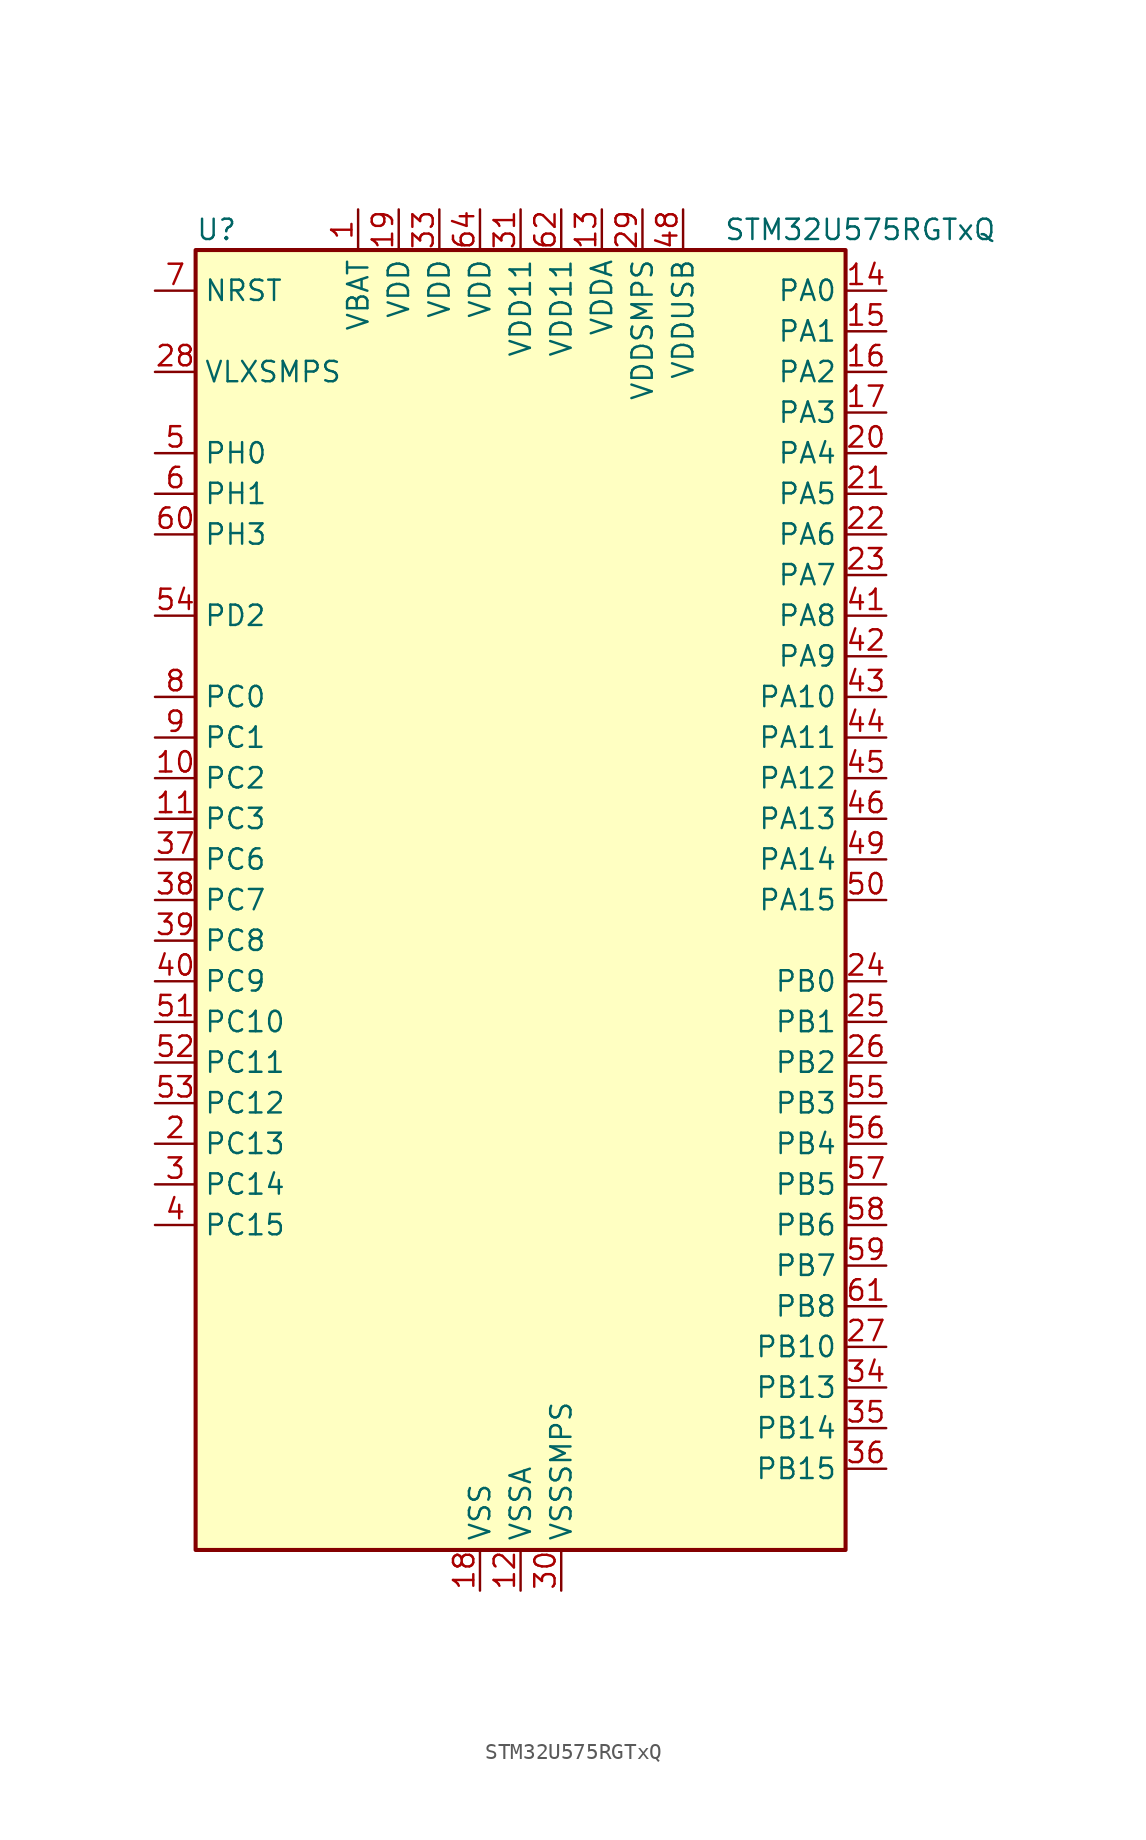
<source format=kicad_sym>
(kicad_symbol_lib
  (version 20220914)
  (generator kicad_symbol_editor)
  (symbol "STM32U575RGTxQ"
    (property "Reference" "U"
      (at -20.32 41.91 0)
      (effects (font (size 1.27 1.27)) (justify left)))
    (property "Value" "STM32U575RGTxQ"
      (at 12.7 41.91 0)
      (effects (font (size 1.27 1.27)) (justify left)))
    (property "ki_locked" ""
      (at 0 0 0)
      (effects (font (size 1.27 1.27))))
    (symbol "STM32U575RGTxQ_0_1"
      (rectangle (start -20.32 -40.64) (end 20.32 40.64) (stroke (width 0.254) (type default)) (fill (type background))))
    (symbol "STM32U575RGTxQ_1_1"
      (pin power_in line (at -10.16 43.18 270) (length 2.54) (name "VBAT" (effects (font (size 1.27 1.27)))) (number "1" (effects (font (size 1.27 1.27)))))
      (pin bidirectional line (at -22.86 7.62 0) (length 2.54) (name "PC2" (effects (font (size 1.27 1.27)))) (number "10" (effects (font (size 1.27 1.27)))) (alternate "ADC1_IN3" bidirectional line) (alternate "ADC4_IN3" bidirectional line) (alternate "LPTIM1_IN2" bidirectional line) (alternate "MDF1_CCK1" bidirectional line) (alternate "OCTOSPIM_P1_IO5" bidirectional line) (alternate "SPI2_MISO" bidirectional line))
      (pin bidirectional line (at -22.86 5.08 0) (length 2.54) (name "PC3" (effects (font (size 1.27 1.27)))) (number "11" (effects (font (size 1.27 1.27)))) (alternate "ADC1_IN4" bidirectional line) (alternate "ADC4_IN4" bidirectional line) (alternate "LPTIM1_ETR" bidirectional line) (alternate "LPTIM2_ETR" bidirectional line) (alternate "LPTIM3_CH1" bidirectional line) (alternate "OCTOSPIM_P1_IO6" bidirectional line) (alternate "SAI1_D1" bidirectional line) (alternate "SAI1_SD_A" bidirectional line) (alternate "SPI2_MOSI" bidirectional line))
      (pin power_in line (at 0 -43.18 90) (length 2.54) (name "VSSA" (effects (font (size 1.27 1.27)))) (number "12" (effects (font (size 1.27 1.27)))))
      (pin power_in line (at 5.08 43.18 270) (length 2.54) (name "VDDA" (effects (font (size 1.27 1.27)))) (number "13" (effects (font (size 1.27 1.27)))))
      (pin bidirectional line (at 22.86 38.1 180) (length 2.54) (name "PA0" (effects (font (size 1.27 1.27)))) (number "14" (effects (font (size 1.27 1.27)))) (alternate "ADC1_IN5" bidirectional line) (alternate "AUDIOCLK" bidirectional line) (alternate "OCTOSPIM_P2_NCS" bidirectional line) (alternate "OPAMP1_VINP" bidirectional line) (alternate "PWR_WKUP1" bidirectional line) (alternate "SDMMC2_CMD" bidirectional line) (alternate "SPI3_RDY" bidirectional line) (alternate "TAMP_IN2" bidirectional line) (alternate "TAMP_OUT1" bidirectional line) (alternate "TIM2_CH1" bidirectional line) (alternate "TIM2_ETR" bidirectional line) (alternate "TIM5_CH1" bidirectional line) (alternate "TIM8_ETR" bidirectional line) (alternate "UART4_TX" bidirectional line) (alternate "USART2_CTS" bidirectional line))
      (pin bidirectional line (at 22.86 35.56 180) (length 2.54) (name "PA1" (effects (font (size 1.27 1.27)))) (number "15" (effects (font (size 1.27 1.27)))) (alternate "ADC1_IN6" bidirectional line) (alternate "I2C1_SMBA" bidirectional line) (alternate "LPTIM1_CH2" bidirectional line) (alternate "OCTOSPIM_P1_DQS" bidirectional line) (alternate "OPAMP1_VINM" bidirectional line) (alternate "PWR_WKUP3" bidirectional line) (alternate "SPI1_SCK" bidirectional line) (alternate "TAMP_IN5" bidirectional line) (alternate "TAMP_OUT4" bidirectional line) (alternate "TIM15_CH1N" bidirectional line) (alternate "TIM2_CH2" bidirectional line) (alternate "TIM5_CH2" bidirectional line) (alternate "UART4_RX" bidirectional line) (alternate "USART2_DE" bidirectional line) (alternate "USART2_RTS" bidirectional line))
      (pin bidirectional line (at 22.86 33.02 180) (length 2.54) (name "PA2" (effects (font (size 1.27 1.27)))) (number "16" (effects (font (size 1.27 1.27)))) (alternate "ADC1_IN7" bidirectional line) (alternate "COMP1_INP" bidirectional line) (alternate "LPUART1_TX" bidirectional line) (alternate "OCTOSPIM_P1_NCS" bidirectional line) (alternate "PWR_WKUP4" bidirectional line) (alternate "RCC_LSCO" bidirectional line) (alternate "SPI1_RDY" bidirectional line) (alternate "TIM15_CH1" bidirectional line) (alternate "TIM2_CH3" bidirectional line) (alternate "TIM5_CH3" bidirectional line) (alternate "UCPD1_FRSTX1" bidirectional line) (alternate "USART2_TX" bidirectional line))
      (pin bidirectional line (at 22.86 30.48 180) (length 2.54) (name "PA3" (effects (font (size 1.27 1.27)))) (number "17" (effects (font (size 1.27 1.27)))) (alternate "ADC1_IN8" bidirectional line) (alternate "LPUART1_RX" bidirectional line) (alternate "OCTOSPIM_P1_CLK" bidirectional line) (alternate "OPAMP1_VOUT" bidirectional line) (alternate "PWR_WKUP5" bidirectional line) (alternate "SAI1_CK1" bidirectional line) (alternate "SAI1_MCLK_A" bidirectional line) (alternate "TIM15_CH2" bidirectional line) (alternate "TIM2_CH4" bidirectional line) (alternate "TIM5_CH4" bidirectional line) (alternate "USART2_RX" bidirectional line))
      (pin power_in line (at -2.54 -43.18 90) (length 2.54) (name "VSS" (effects (font (size 1.27 1.27)))) (number "18" (effects (font (size 1.27 1.27)))))
      (pin power_in line (at -7.62 43.18 270) (length 2.54) (name "VDD" (effects (font (size 1.27 1.27)))) (number "19" (effects (font (size 1.27 1.27)))))
      (pin bidirectional line (at -22.86 -15.24 0) (length 2.54) (name "PC13" (effects (font (size 1.27 1.27)))) (number "2" (effects (font (size 1.27 1.27)))) (alternate "PWR_WKUP2" bidirectional line) (alternate "RTC_OUT1" bidirectional line) (alternate "RTC_TS" bidirectional line) (alternate "TAMP_IN1" bidirectional line) (alternate "TAMP_OUT2" bidirectional line))
      (pin bidirectional line (at 22.86 27.94 180) (length 2.54) (name "PA4" (effects (font (size 1.27 1.27)))) (number "20" (effects (font (size 1.27 1.27)))) (alternate "ADC1_IN9" bidirectional line) (alternate "ADC4_IN9" bidirectional line) (alternate "DAC1_OUT1" bidirectional line) (alternate "LPTIM2_CH1" bidirectional line) (alternate "OCTOSPIM_P1_NCS" bidirectional line) (alternate "PWR_WKUP2" bidirectional line) (alternate "SAI1_FS_B" bidirectional line) (alternate "SPI1_NSS" bidirectional line) (alternate "SPI3_NSS" bidirectional line) (alternate "USART2_CK" bidirectional line))
      (pin bidirectional line (at 22.86 25.4 180) (length 2.54) (name "PA5" (effects (font (size 1.27 1.27)))) (number "21" (effects (font (size 1.27 1.27)))) (alternate "ADC1_IN10" bidirectional line) (alternate "ADC4_IN10" bidirectional line) (alternate "DAC1_OUT2" bidirectional line) (alternate "LPTIM2_ETR" bidirectional line) (alternate "PWR_CSLEEP" bidirectional line) (alternate "PWR_WKUP6" bidirectional line) (alternate "SPI1_SCK" bidirectional line) (alternate "TIM2_CH1" bidirectional line) (alternate "TIM2_ETR" bidirectional line) (alternate "TIM8_CH1N" bidirectional line) (alternate "USART3_RX" bidirectional line))
      (pin bidirectional line (at 22.86 22.86 180) (length 2.54) (name "PA6" (effects (font (size 1.27 1.27)))) (number "22" (effects (font (size 1.27 1.27)))) (alternate "ADC1_IN11" bidirectional line) (alternate "ADC4_IN11" bidirectional line) (alternate "LPUART1_CTS" bidirectional line) (alternate "OCTOSPIM_P1_IO3" bidirectional line) (alternate "OPAMP2_VINP" bidirectional line) (alternate "PWR_CDSTOP" bidirectional line) (alternate "PWR_WKUP7" bidirectional line) (alternate "SPI1_MISO" bidirectional line) (alternate "TIM16_CH1" bidirectional line) (alternate "TIM1_BKIN" bidirectional line) (alternate "TIM3_CH1" bidirectional line) (alternate "TIM8_BKIN" bidirectional line) (alternate "USART3_CTS" bidirectional line))
      (pin bidirectional line (at 22.86 20.32 180) (length 2.54) (name "PA7" (effects (font (size 1.27 1.27)))) (number "23" (effects (font (size 1.27 1.27)))) (alternate "ADC1_IN12" bidirectional line) (alternate "ADC4_IN20" bidirectional line) (alternate "I2C3_SCL" bidirectional line) (alternate "LPTIM2_CH2" bidirectional line) (alternate "OCTOSPIM_P1_IO2" bidirectional line) (alternate "OPAMP2_VINM" bidirectional line) (alternate "PWR_SRDSTOP" bidirectional line) (alternate "PWR_WKUP8" bidirectional line) (alternate "SPI1_MOSI" bidirectional line) (alternate "TIM17_CH1" bidirectional line) (alternate "TIM1_CH1N" bidirectional line) (alternate "TIM3_CH2" bidirectional line) (alternate "TIM8_CH1N" bidirectional line) (alternate "USART3_TX" bidirectional line))
      (pin bidirectional line (at 22.86 -5.08 180) (length 2.54) (name "PB0" (effects (font (size 1.27 1.27)))) (number "24" (effects (font (size 1.27 1.27)))) (alternate "ADC1_IN15" bidirectional line) (alternate "ADC4_IN18" bidirectional line) (alternate "AUDIOCLK" bidirectional line) (alternate "COMP1_OUT" bidirectional line) (alternate "LPTIM3_CH1" bidirectional line) (alternate "OCTOSPIM_P1_IO1" bidirectional line) (alternate "OPAMP2_VOUT" bidirectional line) (alternate "SPI1_NSS" bidirectional line) (alternate "TIM1_CH2N" bidirectional line) (alternate "TIM3_CH3" bidirectional line) (alternate "TIM8_CH2N" bidirectional line) (alternate "USART3_CK" bidirectional line))
      (pin bidirectional line (at 22.86 -7.62 180) (length 2.54) (name "PB1" (effects (font (size 1.27 1.27)))) (number "25" (effects (font (size 1.27 1.27)))) (alternate "ADC1_IN16" bidirectional line) (alternate "ADC4_IN19" bidirectional line) (alternate "COMP1_INM" bidirectional line) (alternate "LPTIM2_IN1" bidirectional line) (alternate "LPTIM3_CH2" bidirectional line) (alternate "LPUART1_DE" bidirectional line) (alternate "LPUART1_RTS" bidirectional line) (alternate "MDF1_SDI0" bidirectional line) (alternate "OCTOSPIM_P1_IO0" bidirectional line) (alternate "PWR_WKUP4" bidirectional line) (alternate "TIM1_CH3N" bidirectional line) (alternate "TIM3_CH4" bidirectional line) (alternate "TIM8_CH3N" bidirectional line) (alternate "USART3_DE" bidirectional line) (alternate "USART3_RTS" bidirectional line))
      (pin bidirectional line (at 22.86 -10.16 180) (length 2.54) (name "PB2" (effects (font (size 1.27 1.27)))) (number "26" (effects (font (size 1.27 1.27)))) (alternate "ADC1_IN17" bidirectional line) (alternate "COMP1_INP" bidirectional line) (alternate "I2C3_SMBA" bidirectional line) (alternate "LPTIM1_CH1" bidirectional line) (alternate "MDF1_CKI0" bidirectional line) (alternate "OCTOSPIM_P1_DQS" bidirectional line) (alternate "PWR_WKUP1" bidirectional line) (alternate "RTC_OUT2" bidirectional line) (alternate "SPI1_RDY" bidirectional line) (alternate "TIM8_CH4N" bidirectional line) (alternate "UCPD1_FRSTX1" bidirectional line))
      (pin bidirectional line (at 22.86 -27.94 180) (length 2.54) (name "PB10" (effects (font (size 1.27 1.27)))) (number "27" (effects (font (size 1.27 1.27)))) (alternate "COMP1_OUT" bidirectional line) (alternate "I2C2_SCL" bidirectional line) (alternate "I2C4_SCL" bidirectional line) (alternate "LPTIM3_CH1" bidirectional line) (alternate "LPUART1_RX" bidirectional line) (alternate "OCTOSPIM_P1_CLK" bidirectional line) (alternate "PWR_WKUP8" bidirectional line) (alternate "SAI1_SCK_A" bidirectional line) (alternate "SPI2_SCK" bidirectional line) (alternate "TIM2_CH3" bidirectional line) (alternate "TSC_SYNC" bidirectional line) (alternate "USART3_TX" bidirectional line))
      (pin power_in line (at -22.86 33.02 0) (length 2.54) (name "VLXSMPS" (effects (font (size 1.27 1.27)))) (number "28" (effects (font (size 1.27 1.27)))))
      (pin power_in line (at 7.62 43.18 270) (length 2.54) (name "VDDSMPS" (effects (font (size 1.27 1.27)))) (number "29" (effects (font (size 1.27 1.27)))))
      (pin bidirectional line (at -22.86 -17.78 0) (length 2.54) (name "PC14" (effects (font (size 1.27 1.27)))) (number "3" (effects (font (size 1.27 1.27)))) (alternate "RCC_OSC32_IN" bidirectional line))
      (pin power_in line (at 2.54 -43.18 90) (length 2.54) (name "VSSSMPS" (effects (font (size 1.27 1.27)))) (number "30" (effects (font (size 1.27 1.27)))))
      (pin power_in line (at 0 43.18 270) (length 2.54) (name "VDD11" (effects (font (size 1.27 1.27)))) (number "31" (effects (font (size 1.27 1.27)))))
      (pin passive line (at -2.54 -43.18 90) (length 2.54) hide (name "VSS" (effects (font (size 1.27 1.27)))) (number "32" (effects (font (size 1.27 1.27)))))
      (pin power_in line (at -5.08 43.18 270) (length 2.54) (name "VDD" (effects (font (size 1.27 1.27)))) (number "33" (effects (font (size 1.27 1.27)))))
      (pin bidirectional line (at 22.86 -30.48 180) (length 2.54) (name "PB13" (effects (font (size 1.27 1.27)))) (number "34" (effects (font (size 1.27 1.27)))) (alternate "I2C2_SCL" bidirectional line) (alternate "LPTIM3_IN1" bidirectional line) (alternate "LPUART1_CTS" bidirectional line) (alternate "MDF1_CKI1" bidirectional line) (alternate "SPI2_SCK" bidirectional line) (alternate "TIM15_CH1N" bidirectional line) (alternate "TIM1_CH1N" bidirectional line) (alternate "TSC_G1_IO2" bidirectional line) (alternate "USART3_CTS" bidirectional line))
      (pin bidirectional line (at 22.86 -33.02 180) (length 2.54) (name "PB14" (effects (font (size 1.27 1.27)))) (number "35" (effects (font (size 1.27 1.27)))) (alternate "I2C2_SDA" bidirectional line) (alternate "LPTIM3_ETR" bidirectional line) (alternate "MDF1_SDI2" bidirectional line) (alternate "SDMMC2_D0" bidirectional line) (alternate "SPI2_MISO" bidirectional line) (alternate "TIM15_CH1" bidirectional line) (alternate "TIM1_CH2N" bidirectional line) (alternate "TIM8_CH2N" bidirectional line) (alternate "TSC_G1_IO3" bidirectional line) (alternate "UCPD1_DBCC2" bidirectional line) (alternate "USART3_DE" bidirectional line) (alternate "USART3_RTS" bidirectional line))
      (pin bidirectional line (at 22.86 -35.56 180) (length 2.54) (name "PB15" (effects (font (size 1.27 1.27)))) (number "36" (effects (font (size 1.27 1.27)))) (alternate "ADC1_EXTI15" bidirectional line) (alternate "ADC4_EXTI15" bidirectional line) (alternate "LPTIM2_IN2" bidirectional line) (alternate "MDF1_CKI2" bidirectional line) (alternate "PWR_WKUP7" bidirectional line) (alternate "RTC_REFIN" bidirectional line) (alternate "SDMMC2_D1" bidirectional line) (alternate "SPI2_MOSI" bidirectional line) (alternate "TIM15_CH2" bidirectional line) (alternate "TIM1_CH3N" bidirectional line) (alternate "TIM8_CH3N" bidirectional line) (alternate "UCPD1_CC2" bidirectional line))
      (pin bidirectional line (at -22.86 2.54 0) (length 2.54) (name "PC6" (effects (font (size 1.27 1.27)))) (number "37" (effects (font (size 1.27 1.27)))) (alternate "MDF1_CKI3" bidirectional line) (alternate "PWR_CSLEEP" bidirectional line) (alternate "SDMMC1_D0DIR" bidirectional line) (alternate "SDMMC1_D6" bidirectional line) (alternate "SDMMC2_D6" bidirectional line) (alternate "TIM3_CH1" bidirectional line) (alternate "TIM8_CH1" bidirectional line) (alternate "TSC_G4_IO1" bidirectional line))
      (pin bidirectional line (at -22.86 0 0) (length 2.54) (name "PC7" (effects (font (size 1.27 1.27)))) (number "38" (effects (font (size 1.27 1.27)))) (alternate "LPTIM2_CH2" bidirectional line) (alternate "MDF1_SDI3" bidirectional line) (alternate "PWR_CDSTOP" bidirectional line) (alternate "SDMMC1_D123DIR" bidirectional line) (alternate "SDMMC1_D7" bidirectional line) (alternate "SDMMC2_D7" bidirectional line) (alternate "TIM3_CH2" bidirectional line) (alternate "TIM8_CH2" bidirectional line) (alternate "TSC_G4_IO2" bidirectional line))
      (pin bidirectional line (at -22.86 -2.54 0) (length 2.54) (name "PC8" (effects (font (size 1.27 1.27)))) (number "39" (effects (font (size 1.27 1.27)))) (alternate "LPTIM3_CH1" bidirectional line) (alternate "PWR_SRDSTOP" bidirectional line) (alternate "SDMMC1_D0" bidirectional line) (alternate "TIM3_CH3" bidirectional line) (alternate "TIM8_CH3" bidirectional line) (alternate "TSC_G4_IO3" bidirectional line))
      (pin bidirectional line (at -22.86 -20.32 0) (length 2.54) (name "PC15" (effects (font (size 1.27 1.27)))) (number "4" (effects (font (size 1.27 1.27)))) (alternate "ADC1_EXTI15" bidirectional line) (alternate "ADC4_EXTI15" bidirectional line) (alternate "RCC_OSC32_OUT" bidirectional line))
      (pin bidirectional line (at -22.86 -5.08 0) (length 2.54) (name "PC9" (effects (font (size 1.27 1.27)))) (number "40" (effects (font (size 1.27 1.27)))) (alternate "DAC1_EXTI9" bidirectional line) (alternate "DEBUG_TRACED0" bidirectional line) (alternate "LPTIM3_CH2" bidirectional line) (alternate "SDMMC1_D1" bidirectional line) (alternate "TIM3_CH4" bidirectional line) (alternate "TIM8_BKIN2" bidirectional line) (alternate "TIM8_CH4" bidirectional line) (alternate "TSC_G4_IO4" bidirectional line) (alternate "USB_OTG_FS_NOE" bidirectional line))
      (pin bidirectional line (at 22.86 17.78 180) (length 2.54) (name "PA8" (effects (font (size 1.27 1.27)))) (number "41" (effects (font (size 1.27 1.27)))) (alternate "DEBUG_TRACECLK" bidirectional line) (alternate "LPTIM2_CH1" bidirectional line) (alternate "RCC_MCO" bidirectional line) (alternate "SAI1_CK2" bidirectional line) (alternate "SAI1_SCK_A" bidirectional line) (alternate "SPI1_RDY" bidirectional line) (alternate "TIM1_CH1" bidirectional line) (alternate "USART1_CK" bidirectional line) (alternate "USB_OTG_FS_SOF" bidirectional line))
      (pin bidirectional line (at 22.86 15.24 180) (length 2.54) (name "PA9" (effects (font (size 1.27 1.27)))) (number "42" (effects (font (size 1.27 1.27)))) (alternate "DAC1_EXTI9" bidirectional line) (alternate "SAI1_FS_A" bidirectional line) (alternate "SPI2_SCK" bidirectional line) (alternate "TIM15_BKIN" bidirectional line) (alternate "TIM1_CH2" bidirectional line) (alternate "USART1_TX" bidirectional line) (alternate "USB_OTG_FS_VBUS" bidirectional line))
      (pin bidirectional line (at 22.86 12.7 180) (length 2.54) (name "PA10" (effects (font (size 1.27 1.27)))) (number "43" (effects (font (size 1.27 1.27)))) (alternate "CRS_SYNC" bidirectional line) (alternate "LPTIM2_IN2" bidirectional line) (alternate "SAI1_D1" bidirectional line) (alternate "SAI1_SD_A" bidirectional line) (alternate "TIM17_BKIN" bidirectional line) (alternate "TIM1_CH3" bidirectional line) (alternate "USART1_RX" bidirectional line) (alternate "USB_OTG_FS_ID" bidirectional line))
      (pin bidirectional line (at 22.86 10.16 180) (length 2.54) (name "PA11" (effects (font (size 1.27 1.27)))) (number "44" (effects (font (size 1.27 1.27)))) (alternate "ADC1_EXTI11" bidirectional line) (alternate "FDCAN1_RX" bidirectional line) (alternate "SPI1_MISO" bidirectional line) (alternate "TIM1_BKIN2" bidirectional line) (alternate "TIM1_CH4" bidirectional line) (alternate "USART1_CTS" bidirectional line) (alternate "USB_OTG_FS_DM" bidirectional line))
      (pin bidirectional line (at 22.86 7.62 180) (length 2.54) (name "PA12" (effects (font (size 1.27 1.27)))) (number "45" (effects (font (size 1.27 1.27)))) (alternate "FDCAN1_TX" bidirectional line) (alternate "OCTOSPIM_P2_NCS" bidirectional line) (alternate "SPI1_MOSI" bidirectional line) (alternate "TIM1_ETR" bidirectional line) (alternate "USART1_DE" bidirectional line) (alternate "USART1_RTS" bidirectional line) (alternate "USB_OTG_FS_DP" bidirectional line))
      (pin bidirectional line (at 22.86 5.08 180) (length 2.54) (name "PA13" (effects (font (size 1.27 1.27)))) (number "46" (effects (font (size 1.27 1.27)))) (alternate "DEBUG_JTMS-SWDIO" bidirectional line) (alternate "IR_OUT" bidirectional line) (alternate "SAI1_SD_B" bidirectional line) (alternate "USB_OTG_FS_NOE" bidirectional line))
      (pin passive line (at -2.54 -43.18 90) (length 2.54) hide (name "VSS" (effects (font (size 1.27 1.27)))) (number "47" (effects (font (size 1.27 1.27)))))
      (pin power_in line (at 10.16 43.18 270) (length 2.54) (name "VDDUSB" (effects (font (size 1.27 1.27)))) (number "48" (effects (font (size 1.27 1.27)))))
      (pin bidirectional line (at 22.86 2.54 180) (length 2.54) (name "PA14" (effects (font (size 1.27 1.27)))) (number "49" (effects (font (size 1.27 1.27)))) (alternate "DEBUG_JTCK-SWCLK" bidirectional line) (alternate "I2C1_SMBA" bidirectional line) (alternate "I2C4_SMBA" bidirectional line) (alternate "LPTIM1_CH1" bidirectional line) (alternate "SAI1_FS_B" bidirectional line) (alternate "USB_OTG_FS_SOF" bidirectional line))
      (pin bidirectional line (at -22.86 27.94 0) (length 2.54) (name "PH0" (effects (font (size 1.27 1.27)))) (number "5" (effects (font (size 1.27 1.27)))) (alternate "RCC_OSC_IN" bidirectional line))
      (pin bidirectional line (at 22.86 0 180) (length 2.54) (name "PA15" (effects (font (size 1.27 1.27)))) (number "50" (effects (font (size 1.27 1.27)))) (alternate "ADC1_EXTI15" bidirectional line) (alternate "ADC4_EXTI15" bidirectional line) (alternate "DEBUG_JTDI" bidirectional line) (alternate "SPI1_NSS" bidirectional line) (alternate "SPI3_NSS" bidirectional line) (alternate "TIM2_CH1" bidirectional line) (alternate "TIM2_ETR" bidirectional line) (alternate "UART4_DE" bidirectional line) (alternate "UART4_RTS" bidirectional line) (alternate "UCPD1_CC1" bidirectional line) (alternate "USART2_RX" bidirectional line) (alternate "USART3_DE" bidirectional line) (alternate "USART3_RTS" bidirectional line))
      (pin bidirectional line (at -22.86 -7.62 0) (length 2.54) (name "PC10" (effects (font (size 1.27 1.27)))) (number "51" (effects (font (size 1.27 1.27)))) (alternate "ADF1_CCK1" bidirectional line) (alternate "DEBUG_TRACED1" bidirectional line) (alternate "LPTIM3_ETR" bidirectional line) (alternate "SDMMC1_D2" bidirectional line) (alternate "SPI3_SCK" bidirectional line) (alternate "TSC_G3_IO2" bidirectional line) (alternate "UART4_TX" bidirectional line) (alternate "USART3_TX" bidirectional line))
      (pin bidirectional line (at -22.86 -10.16 0) (length 2.54) (name "PC11" (effects (font (size 1.27 1.27)))) (number "52" (effects (font (size 1.27 1.27)))) (alternate "ADC1_EXTI11" bidirectional line) (alternate "ADF1_SDI0" bidirectional line) (alternate "LPTIM3_IN1" bidirectional line) (alternate "OCTOSPIM_P1_NCS" bidirectional line) (alternate "SDMMC1_D3" bidirectional line) (alternate "SPI3_MISO" bidirectional line) (alternate "TSC_G3_IO3" bidirectional line) (alternate "UART4_RX" bidirectional line) (alternate "UCPD1_FRSTX2" bidirectional line) (alternate "USART3_RX" bidirectional line))
      (pin bidirectional line (at -22.86 -12.7 0) (length 2.54) (name "PC12" (effects (font (size 1.27 1.27)))) (number "53" (effects (font (size 1.27 1.27)))) (alternate "DEBUG_TRACED3" bidirectional line) (alternate "SDMMC1_CK" bidirectional line) (alternate "SPI3_MOSI" bidirectional line) (alternate "TSC_G3_IO4" bidirectional line) (alternate "UART5_TX" bidirectional line) (alternate "USART3_CK" bidirectional line))
      (pin bidirectional line (at -22.86 17.78 0) (length 2.54) (name "PD2" (effects (font (size 1.27 1.27)))) (number "54" (effects (font (size 1.27 1.27)))) (alternate "DEBUG_TRACED2" bidirectional line) (alternate "LPTIM4_ETR" bidirectional line) (alternate "SDMMC1_CMD" bidirectional line) (alternate "TIM3_ETR" bidirectional line) (alternate "TSC_SYNC" bidirectional line) (alternate "UART5_RX" bidirectional line) (alternate "USART3_DE" bidirectional line) (alternate "USART3_RTS" bidirectional line))
      (pin bidirectional line (at 22.86 -12.7 180) (length 2.54) (name "PB3" (effects (font (size 1.27 1.27)))) (number "55" (effects (font (size 1.27 1.27)))) (alternate "ADF1_CCK0" bidirectional line) (alternate "COMP2_INM" bidirectional line) (alternate "CRS_SYNC" bidirectional line) (alternate "DEBUG_JTDO-SWO" bidirectional line) (alternate "I2C1_SDA" bidirectional line) (alternate "LPTIM1_CH1" bidirectional line) (alternate "SAI1_SCK_B" bidirectional line) (alternate "SDMMC2_D2" bidirectional line) (alternate "SPI1_SCK" bidirectional line) (alternate "SPI3_SCK" bidirectional line) (alternate "TIM2_CH2" bidirectional line) (alternate "USART1_DE" bidirectional line) (alternate "USART1_RTS" bidirectional line))
      (pin bidirectional line (at 22.86 -15.24 180) (length 2.54) (name "PB4" (effects (font (size 1.27 1.27)))) (number "56" (effects (font (size 1.27 1.27)))) (alternate "ADF1_SDI0" bidirectional line) (alternate "COMP2_INP" bidirectional line) (alternate "DEBUG_JTRST" bidirectional line) (alternate "I2C3_SDA" bidirectional line) (alternate "LPTIM1_CH2" bidirectional line) (alternate "SAI1_MCLK_B" bidirectional line) (alternate "SDMMC2_D3" bidirectional line) (alternate "SPI1_MISO" bidirectional line) (alternate "SPI3_MISO" bidirectional line) (alternate "TIM17_BKIN" bidirectional line) (alternate "TIM3_CH1" bidirectional line) (alternate "TSC_G2_IO1" bidirectional line) (alternate "UART5_DE" bidirectional line) (alternate "UART5_RTS" bidirectional line) (alternate "USART1_CTS" bidirectional line))
      (pin bidirectional line (at 22.86 -17.78 180) (length 2.54) (name "PB5" (effects (font (size 1.27 1.27)))) (number "57" (effects (font (size 1.27 1.27)))) (alternate "COMP2_OUT" bidirectional line) (alternate "I2C1_SMBA" bidirectional line) (alternate "LPTIM1_IN1" bidirectional line) (alternate "OCTOSPIM_P1_NCLK" bidirectional line) (alternate "PWR_WKUP6" bidirectional line) (alternate "SAI1_SD_B" bidirectional line) (alternate "SPI1_MOSI" bidirectional line) (alternate "SPI3_MOSI" bidirectional line) (alternate "TIM16_BKIN" bidirectional line) (alternate "TIM3_CH2" bidirectional line) (alternate "TSC_G2_IO2" bidirectional line) (alternate "UART5_CTS" bidirectional line) (alternate "UCPD1_DBCC1" bidirectional line) (alternate "USART1_CK" bidirectional line))
      (pin bidirectional line (at 22.86 -20.32 180) (length 2.54) (name "PB6" (effects (font (size 1.27 1.27)))) (number "58" (effects (font (size 1.27 1.27)))) (alternate "COMP2_INP" bidirectional line) (alternate "I2C1_SCL" bidirectional line) (alternate "I2C4_SCL" bidirectional line) (alternate "LPTIM1_ETR" bidirectional line) (alternate "MDF1_SDI5" bidirectional line) (alternate "PWR_WKUP3" bidirectional line) (alternate "SAI1_FS_B" bidirectional line) (alternate "TIM16_CH1N" bidirectional line) (alternate "TIM4_CH1" bidirectional line) (alternate "TIM8_BKIN2" bidirectional line) (alternate "TSC_G2_IO3" bidirectional line) (alternate "USART1_TX" bidirectional line))
      (pin bidirectional line (at 22.86 -22.86 180) (length 2.54) (name "PB7" (effects (font (size 1.27 1.27)))) (number "59" (effects (font (size 1.27 1.27)))) (alternate "COMP2_INM" bidirectional line) (alternate "I2C1_SDA" bidirectional line) (alternate "I2C4_SDA" bidirectional line) (alternate "LPTIM1_IN2" bidirectional line) (alternate "MDF1_CKI5" bidirectional line) (alternate "PWR_PVD_IN" bidirectional line) (alternate "PWR_WKUP4" bidirectional line) (alternate "TIM17_CH1N" bidirectional line) (alternate "TIM4_CH2" bidirectional line) (alternate "TIM8_BKIN" bidirectional line) (alternate "TSC_G2_IO4" bidirectional line) (alternate "UART4_CTS" bidirectional line) (alternate "USART1_RX" bidirectional line))
      (pin bidirectional line (at -22.86 25.4 0) (length 2.54) (name "PH1" (effects (font (size 1.27 1.27)))) (number "6" (effects (font (size 1.27 1.27)))) (alternate "RCC_OSC_OUT" bidirectional line))
      (pin bidirectional line (at -22.86 22.86 0) (length 2.54) (name "PH3" (effects (font (size 1.27 1.27)))) (number "60" (effects (font (size 1.27 1.27)))))
      (pin bidirectional line (at 22.86 -25.4 180) (length 2.54) (name "PB8" (effects (font (size 1.27 1.27)))) (number "61" (effects (font (size 1.27 1.27)))) (alternate "FDCAN1_RX" bidirectional line) (alternate "I2C1_SCL" bidirectional line) (alternate "MDF1_CCK0" bidirectional line) (alternate "PWR_WKUP5" bidirectional line) (alternate "SAI1_CK1" bidirectional line) (alternate "SAI1_MCLK_A" bidirectional line) (alternate "SDMMC1_CKIN" bidirectional line) (alternate "SDMMC1_D4" bidirectional line) (alternate "SDMMC2_D4" bidirectional line) (alternate "SPI3_RDY" bidirectional line) (alternate "TIM16_CH1" bidirectional line) (alternate "TIM4_CH3" bidirectional line))
      (pin power_in line (at 2.54 43.18 270) (length 2.54) (name "VDD11" (effects (font (size 1.27 1.27)))) (number "62" (effects (font (size 1.27 1.27)))))
      (pin passive line (at -2.54 -43.18 90) (length 2.54) hide (name "VSS" (effects (font (size 1.27 1.27)))) (number "63" (effects (font (size 1.27 1.27)))))
      (pin power_in line (at -2.54 43.18 270) (length 2.54) (name "VDD" (effects (font (size 1.27 1.27)))) (number "64" (effects (font (size 1.27 1.27)))))
      (pin input line (at -22.86 38.1 0) (length 2.54) (name "NRST" (effects (font (size 1.27 1.27)))) (number "7" (effects (font (size 1.27 1.27)))))
      (pin bidirectional line (at -22.86 12.7 0) (length 2.54) (name "PC0" (effects (font (size 1.27 1.27)))) (number "8" (effects (font (size 1.27 1.27)))) (alternate "ADC1_IN1" bidirectional line) (alternate "ADC4_IN1" bidirectional line) (alternate "I2C3_SCL" bidirectional line) (alternate "LPTIM1_IN1" bidirectional line) (alternate "LPTIM2_IN1" bidirectional line) (alternate "LPUART1_RX" bidirectional line) (alternate "MDF1_SDI4" bidirectional line) (alternate "OCTOSPIM_P1_IO7" bidirectional line) (alternate "SDMMC1_D5" bidirectional line) (alternate "SPI2_RDY" bidirectional line))
      (pin bidirectional line (at -22.86 10.16 0) (length 2.54) (name "PC1" (effects (font (size 1.27 1.27)))) (number "9" (effects (font (size 1.27 1.27)))) (alternate "ADC1_IN2" bidirectional line) (alternate "ADC4_IN2" bidirectional line) (alternate "DEBUG_TRACED0" bidirectional line) (alternate "I2C3_SDA" bidirectional line) (alternate "LPTIM1_CH1" bidirectional line) (alternate "LPUART1_TX" bidirectional line) (alternate "MDF1_CKI4" bidirectional line) (alternate "OCTOSPIM_P1_IO4" bidirectional line) (alternate "SAI1_SD_A" bidirectional line) (alternate "SDMMC2_CK" bidirectional line) (alternate "SPI2_MOSI" bidirectional line)))))
</source>
